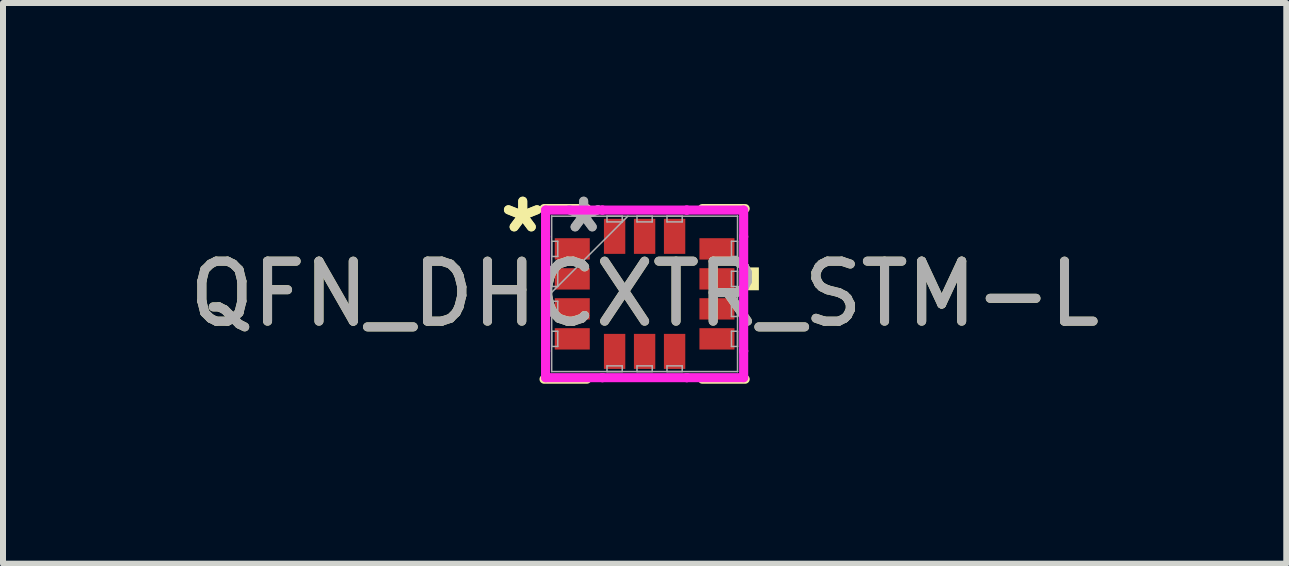
<source format=kicad_pcb>
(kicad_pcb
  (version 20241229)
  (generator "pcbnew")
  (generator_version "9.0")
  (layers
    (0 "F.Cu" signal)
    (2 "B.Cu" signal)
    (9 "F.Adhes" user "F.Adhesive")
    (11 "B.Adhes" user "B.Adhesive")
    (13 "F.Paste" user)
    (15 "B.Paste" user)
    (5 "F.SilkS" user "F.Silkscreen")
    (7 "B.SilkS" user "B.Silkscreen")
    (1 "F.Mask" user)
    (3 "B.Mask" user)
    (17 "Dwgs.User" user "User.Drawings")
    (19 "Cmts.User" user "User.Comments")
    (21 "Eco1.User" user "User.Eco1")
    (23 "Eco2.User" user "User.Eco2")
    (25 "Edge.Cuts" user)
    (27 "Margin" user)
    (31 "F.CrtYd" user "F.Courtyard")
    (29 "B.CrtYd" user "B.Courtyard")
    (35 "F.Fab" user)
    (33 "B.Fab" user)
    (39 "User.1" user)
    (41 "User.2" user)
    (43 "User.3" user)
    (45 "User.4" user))
  (footprint "QFN_DHCXTR_STM-L"
    (layer "F.Cu")
    (at 7.696 1.849)
    (property "Reference" "QFN_DHCXTR_STM-L" (at 0 0 0) (unlocked yes) (layer "F.SilkS") (effects (font (size 1 1) (thickness 0.15))))
    (attr smd)
    (fp_line (start -1.676 1.422) (end -0.963 1.422) (stroke (width 0.152) (type solid)) (layer "F.SilkS"))
    (fp_line (start -0.963 -1.422) (end -1.676 -1.422) (stroke (width 0.152) (type solid)) (layer "F.SilkS"))
    (fp_line (start 0.963 1.422) (end 1.676 1.422) (stroke (width 0.152) (type solid)) (layer "F.SilkS"))
    (fp_line (start 1.676 -1.422) (end 0.963 -1.422) (stroke (width 0.152) (type solid)) (layer "F.SilkS"))
    (fp_poly (pts (xy 1.905 -0.441) (xy 1.905 -0.06) (xy 1.651 -0.06) (xy 1.651 -0.441)) (stroke (width 0) (type solid)) (fill yes) (layer "F.SilkS"))
    (fp_line (start -1.651 -1.397) (end -0.703 -1.397) (stroke (width 0.152) (type solid)) (layer "F.CrtYd"))
    (fp_line (start -1.651 -0.953) (end -1.651 -1.397) (stroke (width 0.152) (type solid)) (layer "F.CrtYd"))
    (fp_line (start -1.651 -0.953) (end -1.651 -0.953) (stroke (width 0.152) (type solid)) (layer "F.CrtYd"))
    (fp_line (start -1.651 0.953) (end -1.651 -0.953) (stroke (width 0.152) (type solid)) (layer "F.CrtYd"))
    (fp_line (start -1.651 0.953) (end -1.651 0.953) (stroke (width 0.152) (type solid)) (layer "F.CrtYd"))
    (fp_line (start -1.651 1.397) (end -1.651 0.953) (stroke (width 0.152) (type solid)) (layer "F.CrtYd"))
    (fp_line (start -0.703 -1.397) (end -0.703 -1.397) (stroke (width 0.152) (type solid)) (layer "F.CrtYd"))
    (fp_line (start -0.703 -1.397) (end 0.703 -1.397) (stroke (width 0.152) (type solid)) (layer "F.CrtYd"))
    (fp_line (start -0.703 1.397) (end -1.651 1.397) (stroke (width 0.152) (type solid)) (layer "F.CrtYd"))
    (fp_line (start -0.703 1.397) (end -0.703 1.397) (stroke (width 0.152) (type solid)) (layer "F.CrtYd"))
    (fp_line (start 0.703 -1.397) (end 0.703 -1.397) (stroke (width 0.152) (type solid)) (layer "F.CrtYd"))
    (fp_line (start 0.703 -1.397) (end 1.651 -1.397) (stroke (width 0.152) (type solid)) (layer "F.CrtYd"))
    (fp_line (start 0.703 1.397) (end -0.703 1.397) (stroke (width 0.152) (type solid)) (layer "F.CrtYd"))
    (fp_line (start 0.703 1.397) (end 0.703 1.397) (stroke (width 0.152) (type solid)) (layer "F.CrtYd"))
    (fp_line (start 1.651 -1.397) (end 1.651 -0.953) (stroke (width 0.152) (type solid)) (layer "F.CrtYd"))
    (fp_line (start 1.651 -0.953) (end 1.651 -0.953) (stroke (width 0.152) (type solid)) (layer "F.CrtYd"))
    (fp_line (start 1.651 -0.953) (end 1.651 0.953) (stroke (width 0.152) (type solid)) (layer "F.CrtYd"))
    (fp_line (start 1.651 0.953) (end 1.651 0.953) (stroke (width 0.152) (type solid)) (layer "F.CrtYd"))
    (fp_line (start 1.651 0.953) (end 1.651 1.397) (stroke (width 0.152) (type solid)) (layer "F.CrtYd"))
    (fp_line (start 1.651 1.397) (end 0.703 1.397) (stroke (width 0.152) (type solid)) (layer "F.CrtYd"))
    (fp_line (start -1.549 -1.295) (end -1.549 -1.295) (stroke (width 0.025) (type solid)) (layer "F.Fab"))
    (fp_line (start -1.549 -1.295) (end -1.549 1.295) (stroke (width 0.025) (type solid)) (layer "F.Fab"))
    (fp_line (start -1.549 -0.877) (end -1.448 -0.877) (stroke (width 0.025) (type solid)) (layer "F.Fab"))
    (fp_line (start -1.549 -0.623) (end -1.549 -0.877) (stroke (width 0.025) (type solid)) (layer "F.Fab"))
    (fp_line (start -1.549 -0.377) (end -1.448 -0.377) (stroke (width 0.025) (type solid)) (layer "F.Fab"))
    (fp_line (start -1.549 -0.123) (end -1.549 -0.377) (stroke (width 0.025) (type solid)) (layer "F.Fab"))
    (fp_line (start -1.549 -0.025) (end -0.279 -1.295) (stroke (width 0.025) (type solid)) (layer "F.Fab"))
    (fp_line (start -1.549 0.123) (end -1.448 0.123) (stroke (width 0.025) (type solid)) (layer "F.Fab"))
    (fp_line (start -1.549 0.377) (end -1.549 0.123) (stroke (width 0.025) (type solid)) (layer "F.Fab"))
    (fp_line (start -1.549 0.623) (end -1.448 0.623) (stroke (width 0.025) (type solid)) (layer "F.Fab"))
    (fp_line (start -1.549 0.877) (end -1.549 0.623) (stroke (width 0.025) (type solid)) (layer "F.Fab"))
    (fp_line (start -1.549 1.295) (end -1.549 1.295) (stroke (width 0.025) (type solid)) (layer "F.Fab"))
    (fp_line (start -1.549 1.295) (end 1.549 1.295) (stroke (width 0.025) (type solid)) (layer "F.Fab"))
    (fp_line (start -1.448 -0.877) (end -1.448 -0.623) (stroke (width 0.025) (type solid)) (layer "F.Fab"))
    (fp_line (start -1.448 -0.623) (end -1.549 -0.623) (stroke (width 0.025) (type solid)) (layer "F.Fab"))
    (fp_line (start -1.448 -0.377) (end -1.448 -0.123) (stroke (width 0.025) (type solid)) (layer "F.Fab"))
    (fp_line (start -1.448 -0.123) (end -1.549 -0.123) (stroke (width 0.025) (type solid)) (layer "F.Fab"))
    (fp_line (start -1.448 0.123) (end -1.448 0.377) (stroke (width 0.025) (type solid)) (layer "F.Fab"))
    (fp_line (start -1.448 0.377) (end -1.549 0.377) (stroke (width 0.025) (type solid)) (layer "F.Fab"))
    (fp_line (start -1.448 0.623) (end -1.448 0.877) (stroke (width 0.025) (type solid)) (layer "F.Fab"))
    (fp_line (start -1.448 0.877) (end -1.549 0.877) (stroke (width 0.025) (type solid)) (layer "F.Fab"))
    (fp_line (start -0.627 -1.295) (end -0.373 -1.295) (stroke (width 0.025) (type solid)) (layer "F.Fab"))
    (fp_line (start -0.627 -1.2) (end -0.627 -1.295) (stroke (width 0.025) (type solid)) (layer "F.Fab"))
    (fp_line (start -0.627 1.2) (end -0.373 1.2) (stroke (width 0.025) (type solid)) (layer "F.Fab"))
    (fp_line (start -0.627 1.295) (end -0.627 1.2) (stroke (width 0.025) (type solid)) (layer "F.Fab"))
    (fp_line (start -0.373 -1.295) (end -0.373 -1.2) (stroke (width 0.025) (type solid)) (layer "F.Fab"))
    (fp_line (start -0.373 -1.2) (end -0.627 -1.2) (stroke (width 0.025) (type solid)) (layer "F.Fab"))
    (fp_line (start -0.373 1.2) (end -0.373 1.295) (stroke (width 0.025) (type solid)) (layer "F.Fab"))
    (fp_line (start -0.373 1.295) (end -0.627 1.295) (stroke (width 0.025) (type solid)) (layer "F.Fab"))
    (fp_line (start -0.127 -1.295) (end 0.127 -1.295) (stroke (width 0.025) (type solid)) (layer "F.Fab"))
    (fp_line (start -0.127 -1.2) (end -0.127 -1.295) (stroke (width 0.025) (type solid)) (layer "F.Fab"))
    (fp_line (start -0.127 1.2) (end 0.127 1.2) (stroke (width 0.025) (type solid)) (layer "F.Fab"))
    (fp_line (start -0.127 1.295) (end -0.127 1.2) (stroke (width 0.025) (type solid)) (layer "F.Fab"))
    (fp_line (start 0.127 -1.295) (end 0.127 -1.2) (stroke (width 0.025) (type solid)) (layer "F.Fab"))
    (fp_line (start 0.127 -1.2) (end -0.127 -1.2) (stroke (width 0.025) (type solid)) (layer "F.Fab"))
    (fp_line (start 0.127 1.2) (end 0.127 1.295) (stroke (width 0.025) (type solid)) (layer "F.Fab"))
    (fp_line (start 0.127 1.295) (end -0.127 1.295) (stroke (width 0.025) (type solid)) (layer "F.Fab"))
    (fp_line (start 0.373 -1.295) (end 0.627 -1.295) (stroke (width 0.025) (type solid)) (layer "F.Fab"))
    (fp_line (start 0.373 -1.2) (end 0.373 -1.295) (stroke (width 0.025) (type solid)) (layer "F.Fab"))
    (fp_line (start 0.373 1.2) (end 0.627 1.2) (stroke (width 0.025) (type solid)) (layer "F.Fab"))
    (fp_line (start 0.373 1.295) (end 0.373 1.2) (stroke (width 0.025) (type solid)) (layer "F.Fab"))
    (fp_line (start 0.627 -1.295) (end 0.627 -1.2) (stroke (width 0.025) (type solid)) (layer "F.Fab"))
    (fp_line (start 0.627 -1.2) (end 0.373 -1.2) (stroke (width 0.025) (type solid)) (layer "F.Fab"))
    (fp_line (start 0.627 1.2) (end 0.627 1.295) (stroke (width 0.025) (type solid)) (layer "F.Fab"))
    (fp_line (start 0.627 1.295) (end 0.373 1.295) (stroke (width 0.025) (type solid)) (layer "F.Fab"))
    (fp_line (start 1.448 -0.877) (end 1.549 -0.877) (stroke (width 0.025) (type solid)) (layer "F.Fab"))
    (fp_line (start 1.448 -0.623) (end 1.448 -0.877) (stroke (width 0.025) (type solid)) (layer "F.Fab"))
    (fp_line (start 1.448 -0.377) (end 1.549 -0.377) (stroke (width 0.025) (type solid)) (layer "F.Fab"))
    (fp_line (start 1.448 -0.123) (end 1.448 -0.377) (stroke (width 0.025) (type solid)) (layer "F.Fab"))
    (fp_line (start 1.448 0.123) (end 1.549 0.123) (stroke (width 0.025) (type solid)) (layer "F.Fab"))
    (fp_line (start 1.448 0.377) (end 1.448 0.123) (stroke (width 0.025) (type solid)) (layer "F.Fab"))
    (fp_line (start 1.448 0.623) (end 1.549 0.623) (stroke (width 0.025) (type solid)) (layer "F.Fab"))
    (fp_line (start 1.448 0.877) (end 1.448 0.623) (stroke (width 0.025) (type solid)) (layer "F.Fab"))
    (fp_line (start 1.549 -1.295) (end -1.549 -1.295) (stroke (width 0.025) (type solid)) (layer "F.Fab"))
    (fp_line (start 1.549 -1.295) (end 1.549 -1.295) (stroke (width 0.025) (type solid)) (layer "F.Fab"))
    (fp_line (start 1.549 -0.877) (end 1.549 -0.623) (stroke (width 0.025) (type solid)) (layer "F.Fab"))
    (fp_line (start 1.549 -0.623) (end 1.448 -0.623) (stroke (width 0.025) (type solid)) (layer "F.Fab"))
    (fp_line (start 1.549 -0.377) (end 1.549 -0.123) (stroke (width 0.025) (type solid)) (layer "F.Fab"))
    (fp_line (start 1.549 -0.123) (end 1.448 -0.123) (stroke (width 0.025) (type solid)) (layer "F.Fab"))
    (fp_line (start 1.549 0.123) (end 1.549 0.377) (stroke (width 0.025) (type solid)) (layer "F.Fab"))
    (fp_line (start 1.549 0.377) (end 1.448 0.377) (stroke (width 0.025) (type solid)) (layer "F.Fab"))
    (fp_line (start 1.549 0.623) (end 1.549 0.877) (stroke (width 0.025) (type solid)) (layer "F.Fab"))
    (fp_line (start 1.549 0.877) (end 1.448 0.877) (stroke (width 0.025) (type solid)) (layer "F.Fab"))
    (fp_line (start 1.549 1.295) (end 1.549 -1.295) (stroke (width 0.025) (type solid)) (layer "F.Fab"))
    (fp_line (start 1.549 1.295) (end 1.549 1.295) (stroke (width 0.025) (type solid)) (layer "F.Fab"))
    (fp_text user "*" (at -2.032 -1 0) (unlocked yes) (layer "F.SilkS") (effects (font (size 1 1) (thickness 0.15))))
    (fp_text user "*" (at -2.032 -1 0) (layer "F.SilkS") (effects (font (size 1 1) (thickness 0.15))))
    (fp_text user "*" (at -1.016 -1 0) (layer "F.Fab") (effects (font (size 1 1) (thickness 0.15))))
    (fp_text user "${REFERENCE}" (at 0 0 0) (unlocked yes) (layer "F.Fab") (effects (font (size 1 1) (thickness 0.15))))
    (fp_text user "*" (at -1.016 -1 0) (unlocked yes) (layer "F.Fab") (effects (font (size 1 1) (thickness 0.15))))
    (pad "1" smd rect (at -1.206 -0.75 90) (size 0.356 0.584) (layers "F.Cu" "F.Mask" "F.Paste"))
    (pad "2" smd rect (at -1.206 -0.25 90) (size 0.356 0.584) (layers "F.Cu" "F.Mask" "F.Paste"))
    (pad "3" smd rect (at -1.206 0.25 90) (size 0.356 0.584) (layers "F.Cu" "F.Mask" "F.Paste"))
    (pad "4" smd rect (at -1.206 0.75 90) (size 0.356 0.584) (layers "F.Cu" "F.Mask" "F.Paste"))
    (pad "5" smd rect (at -0.5 0.959) (size 0.356 0.584) (layers "F.Cu" "F.Mask" "F.Paste"))
    (pad "6" smd rect (at 0 0.959) (size 0.356 0.584) (layers "F.Cu" "F.Mask" "F.Paste"))
    (pad "7" smd rect (at 0.5 0.959) (size 0.356 0.584) (layers "F.Cu" "F.Mask" "F.Paste"))
    (pad "8" smd rect (at 1.206 0.75 90) (size 0.356 0.584) (layers "F.Cu" "F.Mask" "F.Paste"))
    (pad "9" smd rect (at 1.206 0.25 90) (size 0.356 0.584) (layers "F.Cu" "F.Mask" "F.Paste"))
    (pad "10" smd rect (at 1.206 -0.25 90) (size 0.356 0.584) (layers "F.Cu" "F.Mask" "F.Paste"))
    (pad "11" smd rect (at 1.206 -0.75 90) (size 0.356 0.584) (layers "F.Cu" "F.Mask" "F.Paste"))
    (pad "12" smd rect (at 0.5 -0.959) (size 0.356 0.584) (layers "F.Cu" "F.Mask" "F.Paste"))
    (pad "13" smd rect (at 0 -0.959) (size 0.356 0.584) (layers "F.Cu" "F.Mask" "F.Paste"))
    (pad "14" smd rect (at -0.5 -0.959) (size 0.356 0.584) (layers "F.Cu" "F.Mask" "F.Paste")))
  (gr_rect
    (start -3 -3)
    (end 18.393 6.347)
    (stroke (width 0.1) (type default))
    (fill no)
    (layer "Edge.Cuts")))
</source>
